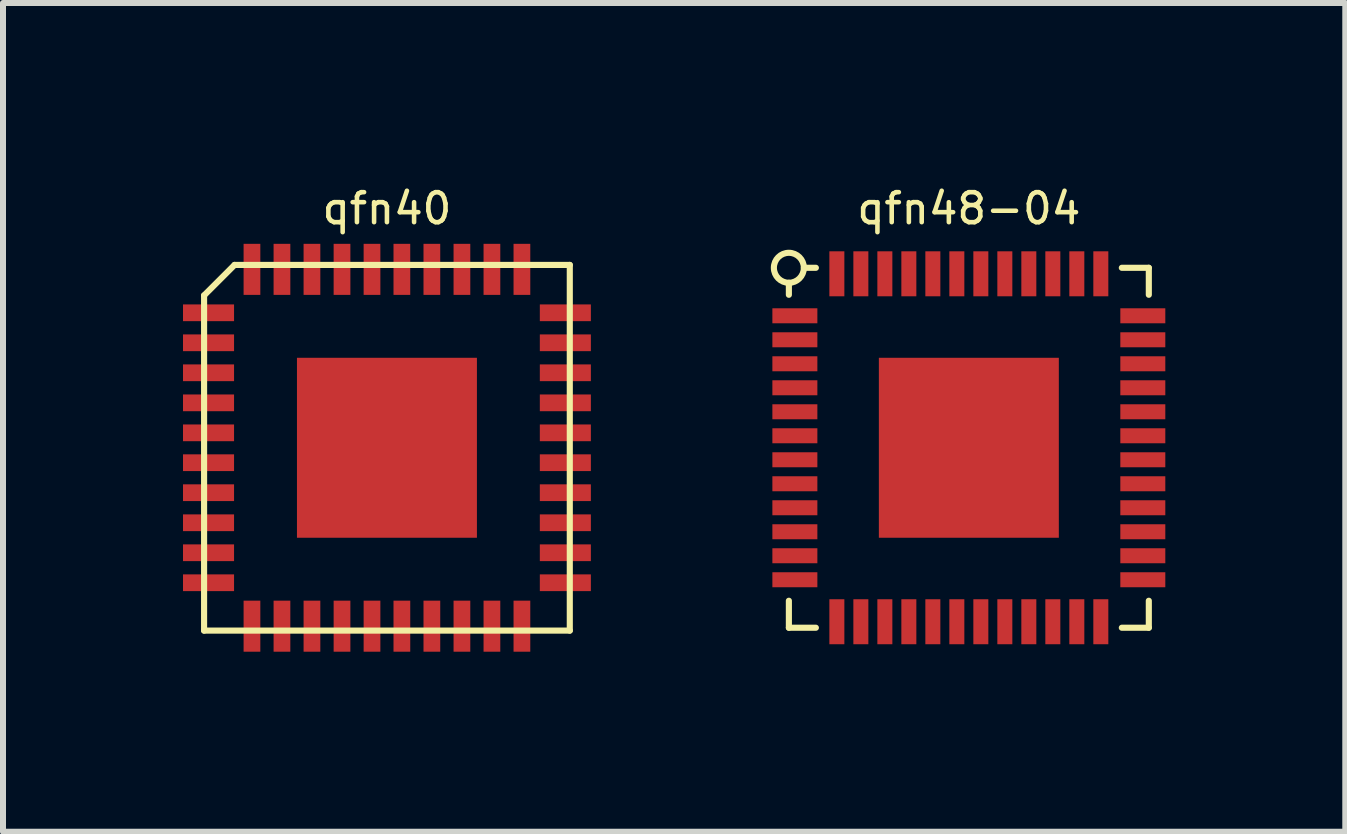
<source format=kicad_pcb>
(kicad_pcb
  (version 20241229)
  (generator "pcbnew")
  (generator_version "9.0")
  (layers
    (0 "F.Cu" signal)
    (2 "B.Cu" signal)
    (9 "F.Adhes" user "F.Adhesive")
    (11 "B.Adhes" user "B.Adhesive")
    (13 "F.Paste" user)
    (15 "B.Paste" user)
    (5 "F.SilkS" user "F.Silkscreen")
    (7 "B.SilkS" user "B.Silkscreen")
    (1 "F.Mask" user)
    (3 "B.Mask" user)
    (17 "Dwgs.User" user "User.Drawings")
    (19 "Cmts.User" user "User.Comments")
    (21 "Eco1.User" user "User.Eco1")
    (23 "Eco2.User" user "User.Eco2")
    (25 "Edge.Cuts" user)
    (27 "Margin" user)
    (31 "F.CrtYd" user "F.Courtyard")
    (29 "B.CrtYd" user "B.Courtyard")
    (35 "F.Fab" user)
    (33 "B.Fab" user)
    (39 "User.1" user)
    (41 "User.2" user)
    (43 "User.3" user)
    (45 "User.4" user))
  (footprint "qfn48-04"
    (layer "F.Cu")
    (at 13.1 4.414)
    (property "Reference" "qfn48-04" (at 0 -3.988 0) (layer "F.SilkS") (effects (font (size 0.5 0.5) (thickness 0.076))))
    (attr smd)
    (fp_line (start -3 -2.55) (end -3 -2.75) (stroke (width 0.102) (type solid)) (layer "F.SilkS"))
    (fp_line (start -3 2.55) (end -3 3) (stroke (width 0.102) (type solid)) (layer "F.SilkS"))
    (fp_line (start -3 3) (end -2.55 3) (stroke (width 0.102) (type solid)) (layer "F.SilkS"))
    (fp_line (start -2.75 -3) (end -2.55 -3) (stroke (width 0.102) (type solid)) (layer "F.SilkS"))
    (fp_line (start 2.55 3) (end 3 3) (stroke (width 0.102) (type solid)) (layer "F.SilkS"))
    (fp_line (start 3 -3) (end 2.55 -3) (stroke (width 0.102) (type solid)) (layer "F.SilkS"))
    (fp_line (start 3 -2.55) (end 3 -3) (stroke (width 0.102) (type solid)) (layer "F.SilkS"))
    (fp_line (start 3 3) (end 3 2.55) (stroke (width 0.102) (type solid)) (layer "F.SilkS"))
    (fp_circle (center -3 -3) (end -2.75 -3) (stroke (width 0.102) (type solid)) (fill no) (layer "F.SilkS"))
    (pad "0" smd rect (at 0 0) (size 3 3) (layers "F.Cu" "F.Mask" "F.Paste"))
    (pad "1" smd rect (at -2.9 -2.2 90) (size 0.25 0.75) (layers "F.Cu" "F.Mask" "F.Paste"))
    (pad "2" smd rect (at -2.9 -1.8 90) (size 0.25 0.75) (layers "F.Cu" "F.Mask" "F.Paste"))
    (pad "3" smd rect (at -2.9 -1.4 90) (size 0.25 0.75) (layers "F.Cu" "F.Mask" "F.Paste"))
    (pad "4" smd rect (at -2.9 -1 90) (size 0.25 0.75) (layers "F.Cu" "F.Mask" "F.Paste"))
    (pad "5" smd rect (at -2.9 -0.6 90) (size 0.25 0.75) (layers "F.Cu" "F.Mask" "F.Paste"))
    (pad "6" smd rect (at -2.9 -0.2 90) (size 0.25 0.75) (layers "F.Cu" "F.Mask" "F.Paste"))
    (pad "7" smd rect (at -2.9 0.2 90) (size 0.25 0.75) (layers "F.Cu" "F.Mask" "F.Paste"))
    (pad "8" smd rect (at -2.9 0.6 90) (size 0.25 0.75) (layers "F.Cu" "F.Mask" "F.Paste"))
    (pad "9" smd rect (at -2.9 1 90) (size 0.25 0.75) (layers "F.Cu" "F.Mask" "F.Paste"))
    (pad "10" smd rect (at -2.9 1.4 90) (size 0.25 0.75) (layers "F.Cu" "F.Mask" "F.Paste"))
    (pad "11" smd rect (at -2.9 1.8 90) (size 0.25 0.75) (layers "F.Cu" "F.Mask" "F.Paste"))
    (pad "12" smd rect (at -2.9 2.2 90) (size 0.25 0.75) (layers "F.Cu" "F.Mask" "F.Paste"))
    (pad "13" smd rect (at -2.2 2.9) (size 0.25 0.75) (layers "F.Cu" "F.Mask" "F.Paste"))
    (pad "14" smd rect (at -1.8 2.9) (size 0.25 0.75) (layers "F.Cu" "F.Mask" "F.Paste"))
    (pad "15" smd rect (at -1.4 2.9) (size 0.25 0.75) (layers "F.Cu" "F.Mask" "F.Paste"))
    (pad "16" smd rect (at -1 2.9) (size 0.25 0.75) (layers "F.Cu" "F.Mask" "F.Paste"))
    (pad "17" smd rect (at -0.6 2.9) (size 0.25 0.75) (layers "F.Cu" "F.Mask" "F.Paste"))
    (pad "18" smd rect (at -0.2 2.9) (size 0.25 0.75) (layers "F.Cu" "F.Mask" "F.Paste"))
    (pad "19" smd rect (at 0.2 2.9) (size 0.25 0.75) (layers "F.Cu" "F.Mask" "F.Paste"))
    (pad "20" smd rect (at 0.6 2.9) (size 0.25 0.75) (layers "F.Cu" "F.Mask" "F.Paste"))
    (pad "21" smd rect (at 1 2.9) (size 0.25 0.75) (layers "F.Cu" "F.Mask" "F.Paste"))
    (pad "22" smd rect (at 1.4 2.9) (size 0.25 0.75) (layers "F.Cu" "F.Mask" "F.Paste"))
    (pad "23" smd rect (at 1.8 2.9) (size 0.25 0.75) (layers "F.Cu" "F.Mask" "F.Paste"))
    (pad "24" smd rect (at 2.2 2.9) (size 0.25 0.75) (layers "F.Cu" "F.Mask" "F.Paste"))
    (pad "25" smd rect (at 2.9 2.2 270) (size 0.25 0.75) (layers "F.Cu" "F.Mask" "F.Paste"))
    (pad "26" smd rect (at 2.9 1.8 270) (size 0.25 0.75) (layers "F.Cu" "F.Mask" "F.Paste"))
    (pad "27" smd rect (at 2.9 1.4 270) (size 0.25 0.75) (layers "F.Cu" "F.Mask" "F.Paste"))
    (pad "28" smd rect (at 2.9 1 270) (size 0.25 0.75) (layers "F.Cu" "F.Mask" "F.Paste"))
    (pad "29" smd rect (at 2.9 0.6 270) (size 0.25 0.75) (layers "F.Cu" "F.Mask" "F.Paste"))
    (pad "30" smd rect (at 2.9 0.2 270) (size 0.25 0.75) (layers "F.Cu" "F.Mask" "F.Paste"))
    (pad "31" smd rect (at 2.9 -0.2 270) (size 0.25 0.75) (layers "F.Cu" "F.Mask" "F.Paste"))
    (pad "32" smd rect (at 2.9 -0.6 270) (size 0.25 0.75) (layers "F.Cu" "F.Mask" "F.Paste"))
    (pad "33" smd rect (at 2.9 -1 270) (size 0.25 0.75) (layers "F.Cu" "F.Mask" "F.Paste"))
    (pad "34" smd rect (at 2.9 -1.4 270) (size 0.25 0.75) (layers "F.Cu" "F.Mask" "F.Paste"))
    (pad "35" smd rect (at 2.9 -1.8 270) (size 0.25 0.75) (layers "F.Cu" "F.Mask" "F.Paste"))
    (pad "36" smd rect (at 2.9 -2.2 270) (size 0.25 0.75) (layers "F.Cu" "F.Mask" "F.Paste"))
    (pad "37" smd rect (at 2.2 -2.9 180) (size 0.25 0.75) (layers "F.Cu" "F.Mask" "F.Paste"))
    (pad "38" smd rect (at 1.8 -2.9 180) (size 0.25 0.75) (layers "F.Cu" "F.Mask" "F.Paste"))
    (pad "39" smd rect (at 1.4 -2.9 180) (size 0.25 0.75) (layers "F.Cu" "F.Mask" "F.Paste"))
    (pad "40" smd rect (at 1 -2.9 180) (size 0.25 0.75) (layers "F.Cu" "F.Mask" "F.Paste"))
    (pad "41" smd rect (at 0.6 -2.9 180) (size 0.25 0.75) (layers "F.Cu" "F.Mask" "F.Paste"))
    (pad "42" smd rect (at 0.2 -2.9 180) (size 0.25 0.75) (layers "F.Cu" "F.Mask" "F.Paste"))
    (pad "43" smd rect (at -0.2 -2.9 180) (size 0.25 0.75) (layers "F.Cu" "F.Mask" "F.Paste"))
    (pad "44" smd rect (at -0.6 -2.9 180) (size 0.25 0.75) (layers "F.Cu" "F.Mask" "F.Paste"))
    (pad "45" smd rect (at -1 -2.9 180) (size 0.25 0.75) (layers "F.Cu" "F.Mask" "F.Paste"))
    (pad "46" smd rect (at -1.4 -2.9 180) (size 0.25 0.75) (layers "F.Cu" "F.Mask" "F.Paste"))
    (pad "47" smd rect (at -1.8 -2.9 180) (size 0.25 0.75) (layers "F.Cu" "F.Mask" "F.Paste"))
    (pad "48" smd rect (at -2.2 -2.9 180) (size 0.25 0.75) (layers "F.Cu" "F.Mask" "F.Paste")))
  (footprint "qfn40"
    (layer "F.Cu")
    (at 3.4 4.414)
    (property "Reference" "qfn40" (at 0 -3.988 0) (layer "F.SilkS") (effects (font (size 0.5 0.5) (thickness 0.076))))
    (attr smd)
    (fp_line (start -3.048 -2.54) (end -3.048 3.048) (stroke (width 0.102) (type solid)) (layer "F.SilkS"))
    (fp_line (start -3.048 -2.54) (end -2.54 -3.048) (stroke (width 0.102) (type solid)) (layer "F.SilkS"))
    (fp_line (start -2.54 -3.048) (end 3.048 -3.048) (stroke (width 0.102) (type solid)) (layer "F.SilkS"))
    (fp_line (start 3.048 -3.048) (end 3.048 3.048) (stroke (width 0.102) (type solid)) (layer "F.SilkS"))
    (fp_line (start 3.048 3.048) (end -3.048 3.048) (stroke (width 0.102) (type solid)) (layer "F.SilkS"))
    (pad "0" smd rect (at 0 0) (size 3 3) (layers "F.Cu" "F.Mask" "F.Paste"))
    (pad "1" smd rect (at -2.974 -2.25 90) (size 0.279 0.851) (layers "F.Cu" "F.Mask" "F.Paste"))
    (pad "2" smd rect (at -2.974 -1.75 90) (size 0.279 0.851) (layers "F.Cu" "F.Mask" "F.Paste"))
    (pad "3" smd rect (at -2.974 -1.25 90) (size 0.279 0.851) (layers "F.Cu" "F.Mask" "F.Paste"))
    (pad "4" smd rect (at -2.974 -0.749 90) (size 0.279 0.851) (layers "F.Cu" "F.Mask" "F.Paste"))
    (pad "5" smd rect (at -2.974 -0.249 90) (size 0.279 0.851) (layers "F.Cu" "F.Mask" "F.Paste"))
    (pad "6" smd rect (at -2.974 0.249 90) (size 0.279 0.851) (layers "F.Cu" "F.Mask" "F.Paste"))
    (pad "7" smd rect (at -2.974 0.749 90) (size 0.279 0.851) (layers "F.Cu" "F.Mask" "F.Paste"))
    (pad "8" smd rect (at -2.974 1.25 90) (size 0.279 0.851) (layers "F.Cu" "F.Mask" "F.Paste"))
    (pad "9" smd rect (at -2.974 1.75 90) (size 0.279 0.851) (layers "F.Cu" "F.Mask" "F.Paste"))
    (pad "10" smd rect (at -2.974 2.25 90) (size 0.279 0.851) (layers "F.Cu" "F.Mask" "F.Paste"))
    (pad "11" smd rect (at -2.25 2.974) (size 0.279 0.851) (layers "F.Cu" "F.Mask" "F.Paste"))
    (pad "12" smd rect (at -1.75 2.974) (size 0.279 0.851) (layers "F.Cu" "F.Mask" "F.Paste"))
    (pad "13" smd rect (at -1.25 2.974) (size 0.279 0.851) (layers "F.Cu" "F.Mask" "F.Paste"))
    (pad "14" smd rect (at -0.749 2.974) (size 0.279 0.851) (layers "F.Cu" "F.Mask" "F.Paste"))
    (pad "15" smd rect (at -0.249 2.974) (size 0.279 0.851) (layers "F.Cu" "F.Mask" "F.Paste"))
    (pad "16" smd rect (at 0.249 2.974) (size 0.279 0.851) (layers "F.Cu" "F.Mask" "F.Paste"))
    (pad "17" smd rect (at 0.749 2.974) (size 0.279 0.851) (layers "F.Cu" "F.Mask" "F.Paste"))
    (pad "18" smd rect (at 1.25 2.974) (size 0.279 0.851) (layers "F.Cu" "F.Mask" "F.Paste"))
    (pad "19" smd rect (at 1.75 2.974) (size 0.279 0.851) (layers "F.Cu" "F.Mask" "F.Paste"))
    (pad "20" smd rect (at 2.25 2.974) (size 0.279 0.851) (layers "F.Cu" "F.Mask" "F.Paste"))
    (pad "21" smd rect (at 2.974 2.25 90) (size 0.279 0.851) (layers "F.Cu" "F.Mask" "F.Paste"))
    (pad "22" smd rect (at 2.974 1.75 90) (size 0.279 0.851) (layers "F.Cu" "F.Mask" "F.Paste"))
    (pad "23" smd rect (at 2.974 1.25 90) (size 0.279 0.851) (layers "F.Cu" "F.Mask" "F.Paste"))
    (pad "24" smd rect (at 2.974 0.749 90) (size 0.279 0.851) (layers "F.Cu" "F.Mask" "F.Paste"))
    (pad "25" smd rect (at 2.974 0.249 90) (size 0.279 0.851) (layers "F.Cu" "F.Mask" "F.Paste"))
    (pad "26" smd rect (at 2.974 -0.249 90) (size 0.279 0.851) (layers "F.Cu" "F.Mask" "F.Paste"))
    (pad "27" smd rect (at 2.974 -0.749 90) (size 0.279 0.851) (layers "F.Cu" "F.Mask" "F.Paste"))
    (pad "28" smd rect (at 2.974 -1.25 90) (size 0.279 0.851) (layers "F.Cu" "F.Mask" "F.Paste"))
    (pad "29" smd rect (at 2.974 -1.75 90) (size 0.279 0.851) (layers "F.Cu" "F.Mask" "F.Paste"))
    (pad "30" smd rect (at 2.974 -2.25 90) (size 0.279 0.851) (layers "F.Cu" "F.Mask" "F.Paste"))
    (pad "31" smd rect (at 2.25 -2.974) (size 0.279 0.851) (layers "F.Cu" "F.Mask" "F.Paste"))
    (pad "32" smd rect (at 1.75 -2.974) (size 0.279 0.851) (layers "F.Cu" "F.Mask" "F.Paste"))
    (pad "33" smd rect (at 1.25 -2.974) (size 0.279 0.851) (layers "F.Cu" "F.Mask" "F.Paste"))
    (pad "34" smd rect (at 0.749 -2.974) (size 0.279 0.851) (layers "F.Cu" "F.Mask" "F.Paste"))
    (pad "35" smd rect (at 0.249 -2.974) (size 0.279 0.851) (layers "F.Cu" "F.Mask" "F.Paste"))
    (pad "36" smd rect (at -0.249 -2.974) (size 0.279 0.851) (layers "F.Cu" "F.Mask" "F.Paste"))
    (pad "37" smd rect (at -0.749 -2.974) (size 0.279 0.851) (layers "F.Cu" "F.Mask" "F.Paste"))
    (pad "38" smd rect (at -1.25 -2.974) (size 0.279 0.851) (layers "F.Cu" "F.Mask" "F.Paste"))
    (pad "39" smd rect (at -1.75 -2.974) (size 0.279 0.851) (layers "F.Cu" "F.Mask" "F.Paste"))
    (pad "40" smd rect (at -2.25 -2.974) (size 0.279 0.851) (layers "F.Cu" "F.Mask" "F.Paste")))
  (gr_rect
    (start -3 -3)
    (end 19.375 10.814)
    (stroke (width 0.1) (type default))
    (fill no)
    (layer "Edge.Cuts")))
</source>
